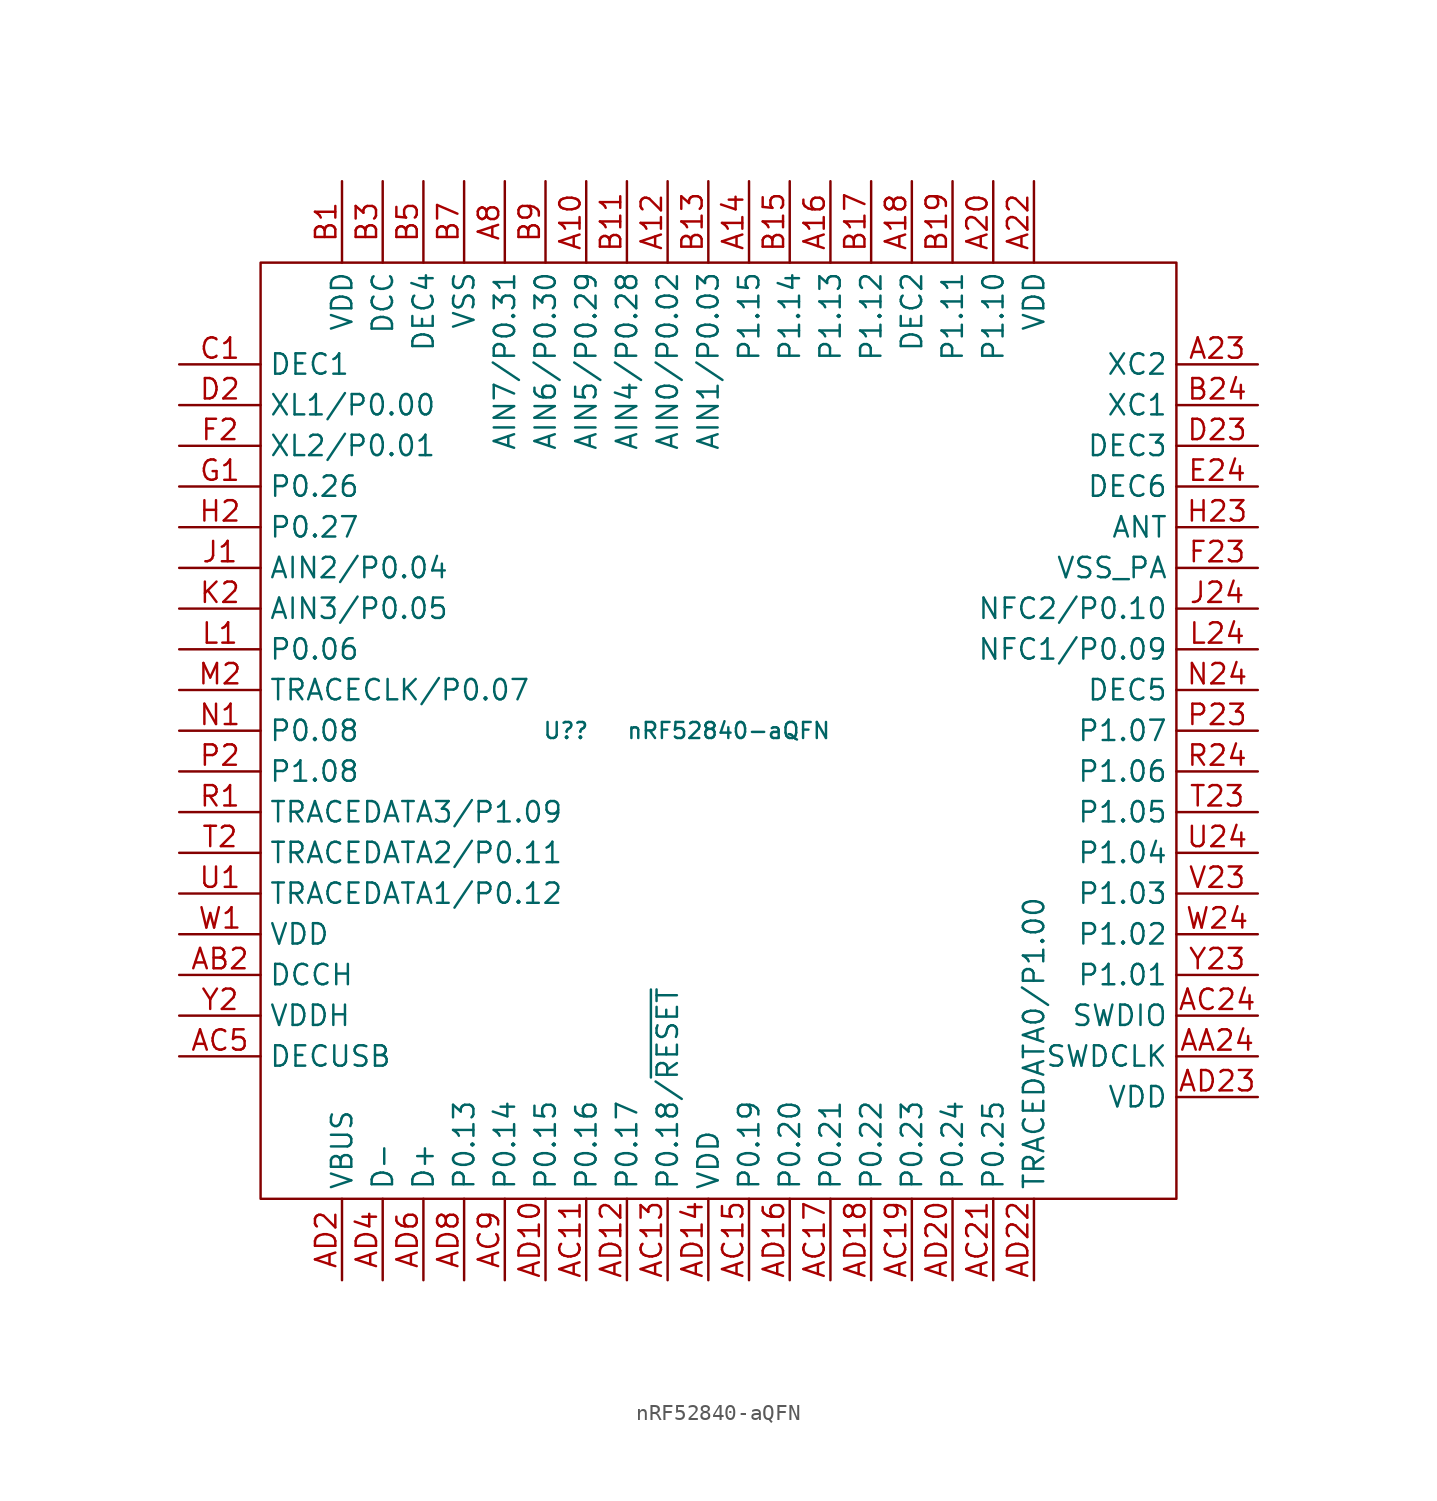
<source format=kicad_sym>
(kicad_symbol_lib
  (version 20211014)
  (generator kicad_symbol_editor)
  (symbol "nRF52840-aQFN"
    (property "Reference" "U?"
      (at -8.89 0 0)
      (effects (font (size 1 1))))
    (property "Value" "nRF52840-aQFN"
      (at 1.27 0 0)
      (effects (font (size 1 1))))
    (symbol "nRF52840-aQFN_0_1"
      (rectangle (start -27.94 29.21) (end 29.21 -29.21) (stroke (width 0) (type default) (color 0 0 0 0)) (fill (type none))))
    (symbol "nRF52840-aQFN_1_1"
      (pin bidirectional line (at -7.62 34.29 270) (length 5.08) (name "AIN5/P0.29" (effects (font (size 1.27 1.27)))) (number "A10" (effects (font (size 1.27 1.27)))))
      (pin bidirectional line (at -2.54 34.29 270) (length 5.08) (name "AIN0/P0.02" (effects (font (size 1.27 1.27)))) (number "A12" (effects (font (size 1.27 1.27)))))
      (pin bidirectional line (at 2.54 34.29 270) (length 5.08) (name "P1.15" (effects (font (size 1.27 1.27)))) (number "A14" (effects (font (size 1.27 1.27)))))
      (pin bidirectional line (at 7.62 34.29 270) (length 5.08) (name "P1.13" (effects (font (size 1.27 1.27)))) (number "A16" (effects (font (size 1.27 1.27)))))
      (pin passive line (at 12.7 34.29 270) (length 5.08) (name "DEC2" (effects (font (size 1.27 1.27)))) (number "A18" (effects (font (size 1.27 1.27)))))
      (pin bidirectional line (at 17.78 34.29 270) (length 5.08) (name "P1.10" (effects (font (size 1.27 1.27)))) (number "A20" (effects (font (size 1.27 1.27)))))
      (pin passive line (at 20.32 34.29 270) (length 5.08) (name "VDD" (effects (font (size 1.27 1.27)))) (number "A22" (effects (font (size 1.27 1.27)))))
      (pin input line (at 34.29 22.86 180) (length 5.08) (name "XC2" (effects (font (size 1.27 1.27)))) (number "A23" (effects (font (size 1.27 1.27)))))
      (pin bidirectional line (at -12.7 34.29 270) (length 5.08) (name "AIN7/P0.31" (effects (font (size 1.27 1.27)))) (number "A8" (effects (font (size 1.27 1.27)))))
      (pin input line (at 34.29 -20.32 180) (length 5.08) (name "SWDCLK" (effects (font (size 1.27 1.27)))) (number "AA24" (effects (font (size 1.27 1.27)))))
      (pin power_out line (at -33.02 -15.24 0) (length 5.08) (name "DCCH" (effects (font (size 1.27 1.27)))) (number "AB2" (effects (font (size 1.27 1.27)))))
      (pin bidirectional line (at -7.62 -34.29 90) (length 5.08) (name "P0.16" (effects (font (size 1.27 1.27)))) (number "AC11" (effects (font (size 1.27 1.27)))))
      (pin bidirectional line (at -2.54 -34.29 90) (length 5.08) (name "P0.18/~{RESET}" (effects (font (size 1.27 1.27)))) (number "AC13" (effects (font (size 1.27 1.27)))))
      (pin bidirectional line (at 2.54 -34.29 90) (length 5.08) (name "P0.19" (effects (font (size 1.27 1.27)))) (number "AC15" (effects (font (size 1.27 1.27)))))
      (pin bidirectional line (at 7.62 -34.29 90) (length 5.08) (name "P0.21" (effects (font (size 1.27 1.27)))) (number "AC17" (effects (font (size 1.27 1.27)))))
      (pin bidirectional line (at 12.7 -34.29 90) (length 5.08) (name "P0.23" (effects (font (size 1.27 1.27)))) (number "AC19" (effects (font (size 1.27 1.27)))))
      (pin bidirectional line (at 17.78 -34.29 90) (length 5.08) (name "P0.25" (effects (font (size 1.27 1.27)))) (number "AC21" (effects (font (size 1.27 1.27)))))
      (pin bidirectional line (at 34.29 -17.78 180) (length 5.08) (name "SWDIO" (effects (font (size 1.27 1.27)))) (number "AC24" (effects (font (size 1.27 1.27)))))
      (pin passive line (at -33.02 -20.32 0) (length 5.08) (name "DECUSB" (effects (font (size 1.27 1.27)))) (number "AC5" (effects (font (size 1.27 1.27)))))
      (pin bidirectional line (at -12.7 -34.29 90) (length 5.08) (name "P0.14" (effects (font (size 1.27 1.27)))) (number "AC9" (effects (font (size 1.27 1.27)))))
      (pin bidirectional line (at -10.16 -34.29 90) (length 5.08) (name "P0.15" (effects (font (size 1.27 1.27)))) (number "AD10" (effects (font (size 1.27 1.27)))))
      (pin bidirectional line (at -5.08 -34.29 90) (length 5.08) (name "P0.17" (effects (font (size 1.27 1.27)))) (number "AD12" (effects (font (size 1.27 1.27)))))
      (pin passive line (at 0 -34.29 90) (length 5.08) (name "VDD" (effects (font (size 1.27 1.27)))) (number "AD14" (effects (font (size 1.27 1.27)))))
      (pin bidirectional line (at 5.08 -34.29 90) (length 5.08) (name "P0.20" (effects (font (size 1.27 1.27)))) (number "AD16" (effects (font (size 1.27 1.27)))))
      (pin bidirectional line (at 10.16 -34.29 90) (length 5.08) (name "P0.22" (effects (font (size 1.27 1.27)))) (number "AD18" (effects (font (size 1.27 1.27)))))
      (pin power_in line (at -22.86 -34.29 90) (length 5.08) (name "VBUS" (effects (font (size 1.27 1.27)))) (number "AD2" (effects (font (size 1.27 1.27)))))
      (pin bidirectional line (at 15.24 -34.29 90) (length 5.08) (name "P0.24" (effects (font (size 1.27 1.27)))) (number "AD20" (effects (font (size 1.27 1.27)))))
      (pin bidirectional line (at 20.32 -34.29 90) (length 5.08) (name "TRACEDATA0/P1.00" (effects (font (size 1.27 1.27)))) (number "AD22" (effects (font (size 1.27 1.27)))))
      (pin passive line (at 34.29 -22.86 180) (length 5.08) (name "VDD" (effects (font (size 1.27 1.27)))) (number "AD23" (effects (font (size 1.27 1.27)))))
      (pin bidirectional line (at -20.32 -34.29 90) (length 5.08) (name "D-" (effects (font (size 1.27 1.27)))) (number "AD4" (effects (font (size 1.27 1.27)))))
      (pin bidirectional line (at -17.78 -34.29 90) (length 5.08) (name "D+" (effects (font (size 1.27 1.27)))) (number "AD6" (effects (font (size 1.27 1.27)))))
      (pin bidirectional line (at -15.24 -34.29 90) (length 5.08) (name "P0.13" (effects (font (size 1.27 1.27)))) (number "AD8" (effects (font (size 1.27 1.27)))))
      (pin power_in line (at -22.86 34.29 270) (length 5.08) (name "VDD" (effects (font (size 1.27 1.27)))) (number "B1" (effects (font (size 1.27 1.27)))))
      (pin bidirectional line (at -5.08 34.29 270) (length 5.08) (name "AIN4/P0.28" (effects (font (size 1.27 1.27)))) (number "B11" (effects (font (size 1.27 1.27)))))
      (pin bidirectional line (at 0 34.29 270) (length 5.08) (name "AIN1/P0.03" (effects (font (size 1.27 1.27)))) (number "B13" (effects (font (size 1.27 1.27)))))
      (pin bidirectional line (at 5.08 34.29 270) (length 5.08) (name "P1.14" (effects (font (size 1.27 1.27)))) (number "B15" (effects (font (size 1.27 1.27)))))
      (pin bidirectional line (at 10.16 34.29 270) (length 5.08) (name "P1.12" (effects (font (size 1.27 1.27)))) (number "B17" (effects (font (size 1.27 1.27)))))
      (pin bidirectional line (at 15.24 34.29 270) (length 5.08) (name "P1.11" (effects (font (size 1.27 1.27)))) (number "B19" (effects (font (size 1.27 1.27)))))
      (pin input line (at 34.29 20.32 180) (length 5.08) (name "XC1" (effects (font (size 1.27 1.27)))) (number "B24" (effects (font (size 1.27 1.27)))))
      (pin power_out line (at -20.32 34.29 270) (length 5.08) (name "DCC" (effects (font (size 1.27 1.27)))) (number "B3" (effects (font (size 1.27 1.27)))))
      (pin passive line (at -17.78 34.29 270) (length 5.08) (name "DEC4" (effects (font (size 1.27 1.27)))) (number "B5" (effects (font (size 1.27 1.27)))))
      (pin power_in line (at -15.24 34.29 270) (length 5.08) (name "VSS" (effects (font (size 1.27 1.27)))) (number "B7" (effects (font (size 1.27 1.27)))))
      (pin bidirectional line (at -10.16 34.29 270) (length 5.08) (name "AIN6/P0.30" (effects (font (size 1.27 1.27)))) (number "B9" (effects (font (size 1.27 1.27)))))
      (pin passive line (at -33.02 22.86 0) (length 5.08) (name "DEC1" (effects (font (size 1.27 1.27)))) (number "C1" (effects (font (size 1.27 1.27)))))
      (pin bidirectional line (at -33.02 20.32 0) (length 5.08) (name "XL1/P0.00" (effects (font (size 1.27 1.27)))) (number "D2" (effects (font (size 1.27 1.27)))))
      (pin passive line (at 34.29 17.78 180) (length 5.08) (name "DEC3" (effects (font (size 1.27 1.27)))) (number "D23" (effects (font (size 1.27 1.27)))))
      (pin passive line (at 34.29 15.24 180) (length 5.08) (name "DEC6" (effects (font (size 1.27 1.27)))) (number "E24" (effects (font (size 1.27 1.27)))))
      (pin bidirectional line (at -33.02 17.78 0) (length 5.08) (name "XL2/P0.01" (effects (font (size 1.27 1.27)))) (number "F2" (effects (font (size 1.27 1.27)))))
      (pin power_in line (at 34.29 10.16 180) (length 5.08) (name "VSS_PA" (effects (font (size 1.27 1.27)))) (number "F23" (effects (font (size 1.27 1.27)))))
      (pin bidirectional line (at -33.02 15.24 0) (length 5.08) (name "P0.26" (effects (font (size 1.27 1.27)))) (number "G1" (effects (font (size 1.27 1.27)))))
      (pin bidirectional line (at -33.02 12.7 0) (length 5.08) (name "P0.27" (effects (font (size 1.27 1.27)))) (number "H2" (effects (font (size 1.27 1.27)))))
      (pin passive line (at 34.29 12.7 180) (length 5.08) (name "ANT" (effects (font (size 1.27 1.27)))) (number "H23" (effects (font (size 1.27 1.27)))))
      (pin bidirectional line (at -33.02 10.16 0) (length 5.08) (name "AIN2/P0.04" (effects (font (size 1.27 1.27)))) (number "J1" (effects (font (size 1.27 1.27)))))
      (pin bidirectional line (at 34.29 7.62 180) (length 5.08) (name "NFC2/P0.10" (effects (font (size 1.27 1.27)))) (number "J24" (effects (font (size 1.27 1.27)))))
      (pin bidirectional line (at -33.02 7.62 0) (length 5.08) (name "AIN3/P0.05" (effects (font (size 1.27 1.27)))) (number "K2" (effects (font (size 1.27 1.27)))))
      (pin bidirectional line (at -33.02 5.08 0) (length 5.08) (name "P0.06" (effects (font (size 1.27 1.27)))) (number "L1" (effects (font (size 1.27 1.27)))))
      (pin bidirectional line (at 34.29 5.08 180) (length 5.08) (name "NFC1/P0.09" (effects (font (size 1.27 1.27)))) (number "L24" (effects (font (size 1.27 1.27)))))
      (pin bidirectional line (at -33.02 2.54 0) (length 5.08) (name "TRACECLK/P0.07" (effects (font (size 1.27 1.27)))) (number "M2" (effects (font (size 1.27 1.27)))))
      (pin bidirectional line (at -33.02 0 0) (length 5.08) (name "P0.08" (effects (font (size 1.27 1.27)))) (number "N1" (effects (font (size 1.27 1.27)))))
      (pin passive line (at 34.29 2.54 180) (length 5.08) (name "DEC5" (effects (font (size 1.27 1.27)))) (number "N24" (effects (font (size 1.27 1.27)))))
      (pin bidirectional line (at -33.02 -2.54 0) (length 5.08) (name "P1.08" (effects (font (size 1.27 1.27)))) (number "P2" (effects (font (size 1.27 1.27)))))
      (pin bidirectional line (at 34.29 0 180) (length 5.08) (name "P1.07" (effects (font (size 1.27 1.27)))) (number "P23" (effects (font (size 1.27 1.27)))))
      (pin bidirectional line (at -33.02 -5.08 0) (length 5.08) (name "TRACEDATA3/P1.09" (effects (font (size 1.27 1.27)))) (number "R1" (effects (font (size 1.27 1.27)))))
      (pin bidirectional line (at 34.29 -2.54 180) (length 5.08) (name "P1.06" (effects (font (size 1.27 1.27)))) (number "R24" (effects (font (size 1.27 1.27)))))
      (pin bidirectional line (at -33.02 -7.62 0) (length 5.08) (name "TRACEDATA2/P0.11" (effects (font (size 1.27 1.27)))) (number "T2" (effects (font (size 1.27 1.27)))))
      (pin bidirectional line (at 34.29 -5.08 180) (length 5.08) (name "P1.05" (effects (font (size 1.27 1.27)))) (number "T23" (effects (font (size 1.27 1.27)))))
      (pin bidirectional line (at -33.02 -10.16 0) (length 5.08) (name "TRACEDATA1/P0.12" (effects (font (size 1.27 1.27)))) (number "U1" (effects (font (size 1.27 1.27)))))
      (pin bidirectional line (at 34.29 -7.62 180) (length 5.08) (name "P1.04" (effects (font (size 1.27 1.27)))) (number "U24" (effects (font (size 1.27 1.27)))))
      (pin bidirectional line (at 34.29 -10.16 180) (length 5.08) (name "P1.03" (effects (font (size 1.27 1.27)))) (number "V23" (effects (font (size 1.27 1.27)))))
      (pin passive line (at -33.02 -12.7 0) (length 5.08) (name "VDD" (effects (font (size 1.27 1.27)))) (number "W1" (effects (font (size 1.27 1.27)))))
      (pin bidirectional line (at 34.29 -12.7 180) (length 5.08) (name "P1.02" (effects (font (size 1.27 1.27)))) (number "W24" (effects (font (size 1.27 1.27)))))
      (pin power_in line (at -33.02 -17.78 0) (length 5.08) (name "VDDH" (effects (font (size 1.27 1.27)))) (number "Y2" (effects (font (size 1.27 1.27)))))
      (pin bidirectional line (at 34.29 -15.24 180) (length 5.08) (name "P1.01" (effects (font (size 1.27 1.27)))) (number "Y23" (effects (font (size 1.27 1.27))))))))
</source>
